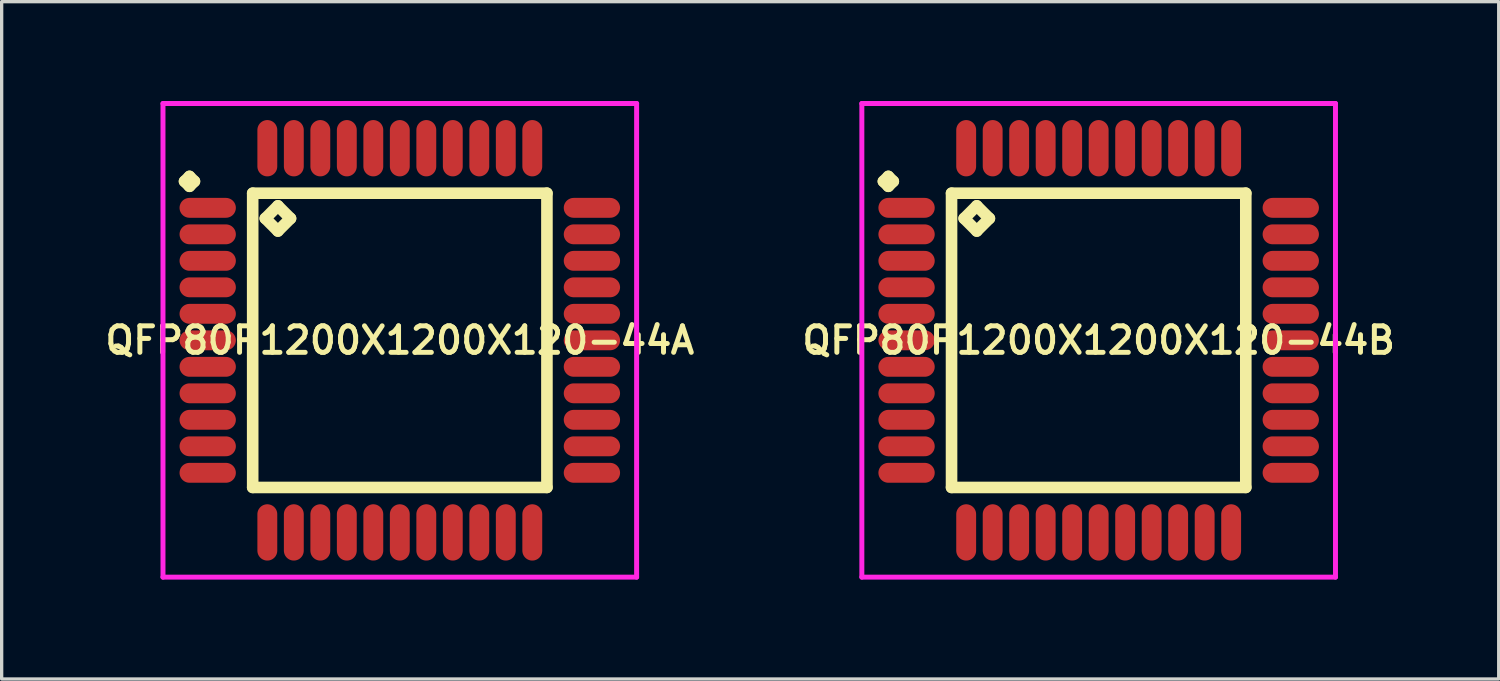
<source format=kicad_pcb>
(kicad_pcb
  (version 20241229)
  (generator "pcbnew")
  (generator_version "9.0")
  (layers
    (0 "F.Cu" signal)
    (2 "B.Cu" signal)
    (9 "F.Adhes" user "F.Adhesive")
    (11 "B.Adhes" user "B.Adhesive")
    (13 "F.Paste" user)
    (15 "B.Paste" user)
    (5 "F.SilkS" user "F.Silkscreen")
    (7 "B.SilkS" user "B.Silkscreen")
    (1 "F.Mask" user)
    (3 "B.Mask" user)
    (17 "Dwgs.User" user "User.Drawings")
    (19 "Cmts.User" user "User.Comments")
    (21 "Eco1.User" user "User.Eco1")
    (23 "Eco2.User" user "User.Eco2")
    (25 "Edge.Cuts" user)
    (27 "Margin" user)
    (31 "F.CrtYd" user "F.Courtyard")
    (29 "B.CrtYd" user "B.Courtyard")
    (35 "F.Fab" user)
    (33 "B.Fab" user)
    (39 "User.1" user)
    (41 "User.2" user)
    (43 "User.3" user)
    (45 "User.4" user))
  (footprint "QFP80P1200X1200X120-44A"
    (layer "F.Cu")
    (at 9.021 7.225)
    (property "Reference" "QFP80P1200X1200X120-44A" (at 0 0 0) (layer "F.SilkS") (effects (font (size 0.8 0.8) (thickness 0.15))))
    (attr smd)
    (fp_line (start -6.5 -4.8) (end -6.35 -4.95) (stroke (width 0.35) (type solid)) (layer "F.SilkS"))
    (fp_line (start -6.35 -4.95) (end -6.2 -4.8) (stroke (width 0.35) (type solid)) (layer "F.SilkS"))
    (fp_line (start -6.35 -4.65) (end -6.5 -4.8) (stroke (width 0.35) (type solid)) (layer "F.SilkS"))
    (fp_line (start -6.2 -4.8) (end -6.35 -4.65) (stroke (width 0.35) (type solid)) (layer "F.SilkS"))
    (fp_line (start -4.442 -4.442) (end -4.442 4.442) (stroke (width 0.35) (type solid)) (layer "F.SilkS"))
    (fp_line (start -4.442 4.442) (end 4.442 4.442) (stroke (width 0.35) (type solid)) (layer "F.SilkS"))
    (fp_line (start -4.061 -3.68) (end -3.68 -4.061) (stroke (width 0.35) (type solid)) (layer "F.SilkS"))
    (fp_line (start -3.68 -4.061) (end -3.299 -3.68) (stroke (width 0.35) (type solid)) (layer "F.SilkS"))
    (fp_line (start -3.68 -3.299) (end -4.061 -3.68) (stroke (width 0.35) (type solid)) (layer "F.SilkS"))
    (fp_line (start -3.299 -3.68) (end -3.68 -3.299) (stroke (width 0.35) (type solid)) (layer "F.SilkS"))
    (fp_line (start 4.442 -4.442) (end -4.442 -4.442) (stroke (width 0.35) (type solid)) (layer "F.SilkS"))
    (fp_line (start 4.442 4.442) (end 4.442 -4.442) (stroke (width 0.35) (type solid)) (layer "F.SilkS"))
    (fp_line (start -7.15 -7.15) (end 7.15 -7.15) (stroke (width 0.15) (type solid)) (layer "F.CrtYd"))
    (fp_line (start -7.15 7.15) (end -7.15 -7.15) (stroke (width 0.15) (type solid)) (layer "F.CrtYd"))
    (fp_line (start 7.15 -7.15) (end 7.15 7.15) (stroke (width 0.15) (type solid)) (layer "F.CrtYd"))
    (fp_line (start 7.15 7.15) (end -7.15 7.15) (stroke (width 0.15) (type solid)) (layer "F.CrtYd"))
    (pad "1" smd oval (at -5.8 -4) (size 1.7 0.6) (layers "F.Cu" "F.Mask" "F.Paste"))
    (pad "2" smd oval (at -5.8 -3.2) (size 1.7 0.6) (layers "F.Cu" "F.Mask" "F.Paste"))
    (pad "3" smd oval (at -5.8 -2.4) (size 1.7 0.6) (layers "F.Cu" "F.Mask" "F.Paste"))
    (pad "4" smd oval (at -5.8 -1.6) (size 1.7 0.6) (layers "F.Cu" "F.Mask" "F.Paste"))
    (pad "5" smd oval (at -5.8 -0.8) (size 1.7 0.6) (layers "F.Cu" "F.Mask" "F.Paste"))
    (pad "6" smd oval (at -5.8 0) (size 1.7 0.6) (layers "F.Cu" "F.Mask" "F.Paste"))
    (pad "7" smd oval (at -5.8 0.8) (size 1.7 0.6) (layers "F.Cu" "F.Mask" "F.Paste"))
    (pad "8" smd oval (at -5.8 1.6) (size 1.7 0.6) (layers "F.Cu" "F.Mask" "F.Paste"))
    (pad "9" smd oval (at -5.8 2.4) (size 1.7 0.6) (layers "F.Cu" "F.Mask" "F.Paste"))
    (pad "10" smd oval (at -5.8 3.2) (size 1.7 0.6) (layers "F.Cu" "F.Mask" "F.Paste"))
    (pad "11" smd oval (at -5.8 4) (size 1.7 0.6) (layers "F.Cu" "F.Mask" "F.Paste"))
    (pad "12" smd oval (at -4 5.8) (size 0.6 1.7) (layers "F.Cu" "F.Mask" "F.Paste"))
    (pad "13" smd oval (at -3.2 5.8) (size 0.6 1.7) (layers "F.Cu" "F.Mask" "F.Paste"))
    (pad "14" smd oval (at -2.4 5.8) (size 0.6 1.7) (layers "F.Cu" "F.Mask" "F.Paste"))
    (pad "15" smd oval (at -1.6 5.8) (size 0.6 1.7) (layers "F.Cu" "F.Mask" "F.Paste"))
    (pad "16" smd oval (at -0.8 5.8) (size 0.6 1.7) (layers "F.Cu" "F.Mask" "F.Paste"))
    (pad "17" smd oval (at 0 5.8) (size 0.6 1.7) (layers "F.Cu" "F.Mask" "F.Paste"))
    (pad "18" smd oval (at 0.8 5.8) (size 0.6 1.7) (layers "F.Cu" "F.Mask" "F.Paste"))
    (pad "19" smd oval (at 1.6 5.8) (size 0.6 1.7) (layers "F.Cu" "F.Mask" "F.Paste"))
    (pad "20" smd oval (at 2.4 5.8) (size 0.6 1.7) (layers "F.Cu" "F.Mask" "F.Paste"))
    (pad "21" smd oval (at 3.2 5.8) (size 0.6 1.7) (layers "F.Cu" "F.Mask" "F.Paste"))
    (pad "22" smd oval (at 4 5.8) (size 0.6 1.7) (layers "F.Cu" "F.Mask" "F.Paste"))
    (pad "23" smd oval (at 5.8 4) (size 1.7 0.6) (layers "F.Cu" "F.Mask" "F.Paste"))
    (pad "24" smd oval (at 5.8 3.2) (size 1.7 0.6) (layers "F.Cu" "F.Mask" "F.Paste"))
    (pad "25" smd oval (at 5.8 2.4) (size 1.7 0.6) (layers "F.Cu" "F.Mask" "F.Paste"))
    (pad "26" smd oval (at 5.8 1.6) (size 1.7 0.6) (layers "F.Cu" "F.Mask" "F.Paste"))
    (pad "27" smd oval (at 5.8 0.8) (size 1.7 0.6) (layers "F.Cu" "F.Mask" "F.Paste"))
    (pad "28" smd oval (at 5.8 0) (size 1.7 0.6) (layers "F.Cu" "F.Mask" "F.Paste"))
    (pad "29" smd oval (at 5.8 -0.8) (size 1.7 0.6) (layers "F.Cu" "F.Mask" "F.Paste"))
    (pad "30" smd oval (at 5.8 -1.6) (size 1.7 0.6) (layers "F.Cu" "F.Mask" "F.Paste"))
    (pad "31" smd oval (at 5.8 -2.4) (size 1.7 0.6) (layers "F.Cu" "F.Mask" "F.Paste"))
    (pad "32" smd oval (at 5.8 -3.2) (size 1.7 0.6) (layers "F.Cu" "F.Mask" "F.Paste"))
    (pad "33" smd oval (at 5.8 -4) (size 1.7 0.6) (layers "F.Cu" "F.Mask" "F.Paste"))
    (pad "34" smd oval (at 4 -5.8) (size 0.6 1.7) (layers "F.Cu" "F.Mask" "F.Paste"))
    (pad "35" smd oval (at 3.2 -5.8) (size 0.6 1.7) (layers "F.Cu" "F.Mask" "F.Paste"))
    (pad "36" smd oval (at 2.4 -5.8) (size 0.6 1.7) (layers "F.Cu" "F.Mask" "F.Paste"))
    (pad "37" smd oval (at 1.6 -5.8) (size 0.6 1.7) (layers "F.Cu" "F.Mask" "F.Paste"))
    (pad "38" smd oval (at 0.8 -5.8) (size 0.6 1.7) (layers "F.Cu" "F.Mask" "F.Paste"))
    (pad "39" smd oval (at 0 -5.8) (size 0.6 1.7) (layers "F.Cu" "F.Mask" "F.Paste"))
    (pad "40" smd oval (at -0.8 -5.8) (size 0.6 1.7) (layers "F.Cu" "F.Mask" "F.Paste"))
    (pad "41" smd oval (at -1.6 -5.8) (size 0.6 1.7) (layers "F.Cu" "F.Mask" "F.Paste"))
    (pad "42" smd oval (at -2.4 -5.8) (size 0.6 1.7) (layers "F.Cu" "F.Mask" "F.Paste"))
    (pad "43" smd oval (at -3.2 -5.8) (size 0.6 1.7) (layers "F.Cu" "F.Mask" "F.Paste"))
    (pad "44" smd oval (at -4 -5.8) (size 0.6 1.7) (layers "F.Cu" "F.Mask" "F.Paste")))
  (footprint "QFP80P1200X1200X120-44B"
    (layer "F.Cu")
    (at 30.121 7.225)
    (property "Reference" "QFP80P1200X1200X120-44B" (at 0 0 0) (layer "F.SilkS") (effects (font (size 0.8 0.8) (thickness 0.15))))
    (attr through_hole)
    (fp_line (start -6.5 -4.8) (end -6.35 -4.95) (stroke (width 0.35) (type solid)) (layer "F.SilkS"))
    (fp_line (start -6.35 -4.95) (end -6.2 -4.8) (stroke (width 0.35) (type solid)) (layer "F.SilkS"))
    (fp_line (start -6.35 -4.65) (end -6.5 -4.8) (stroke (width 0.35) (type solid)) (layer "F.SilkS"))
    (fp_line (start -6.2 -4.8) (end -6.35 -4.65) (stroke (width 0.35) (type solid)) (layer "F.SilkS"))
    (fp_line (start -4.442 -4.442) (end -4.442 4.442) (stroke (width 0.35) (type solid)) (layer "F.SilkS"))
    (fp_line (start -4.442 4.442) (end 4.442 4.442) (stroke (width 0.35) (type solid)) (layer "F.SilkS"))
    (fp_line (start -4.061 -3.68) (end -3.68 -4.061) (stroke (width 0.35) (type solid)) (layer "F.SilkS"))
    (fp_line (start -3.68 -4.061) (end -3.299 -3.68) (stroke (width 0.35) (type solid)) (layer "F.SilkS"))
    (fp_line (start -3.68 -3.299) (end -4.061 -3.68) (stroke (width 0.35) (type solid)) (layer "F.SilkS"))
    (fp_line (start -3.299 -3.68) (end -3.68 -3.299) (stroke (width 0.35) (type solid)) (layer "F.SilkS"))
    (fp_line (start 4.442 -4.442) (end -4.442 -4.442) (stroke (width 0.35) (type solid)) (layer "F.SilkS"))
    (fp_line (start 4.442 4.442) (end 4.442 -4.442) (stroke (width 0.35) (type solid)) (layer "F.SilkS"))
    (fp_line (start -7.15 -7.15) (end 7.15 -7.15) (stroke (width 0.15) (type solid)) (layer "F.CrtYd"))
    (fp_line (start -7.15 7.15) (end -7.15 -7.15) (stroke (width 0.15) (type solid)) (layer "F.CrtYd"))
    (fp_line (start 7.15 -7.15) (end 7.15 7.15) (stroke (width 0.15) (type solid)) (layer "F.CrtYd"))
    (fp_line (start 7.15 7.15) (end -7.15 7.15) (stroke (width 0.15) (type solid)) (layer "F.CrtYd"))
    (pad "1" smd oval (at -5.8 -4) (size 1.7 0.6) (layers "F.Cu" "F.Mask" "F.Paste"))
    (pad "2" smd oval (at -5.8 -3.2) (size 1.7 0.6) (layers "F.Cu" "F.Mask" "F.Paste"))
    (pad "3" smd oval (at -5.8 -2.4) (size 1.7 0.6) (layers "F.Cu" "F.Mask" "F.Paste"))
    (pad "4" smd oval (at -5.8 -1.6) (size 1.7 0.6) (layers "F.Cu" "F.Mask" "F.Paste"))
    (pad "5" smd oval (at -5.8 -0.8) (size 1.7 0.6) (layers "F.Cu" "F.Mask" "F.Paste"))
    (pad "6" smd oval (at -5.8 0) (size 1.7 0.6) (layers "F.Cu" "F.Mask" "F.Paste"))
    (pad "7" smd oval (at -5.8 0.8) (size 1.7 0.6) (layers "F.Cu" "F.Mask" "F.Paste"))
    (pad "8" smd oval (at -5.8 1.6) (size 1.7 0.6) (layers "F.Cu" "F.Mask" "F.Paste"))
    (pad "9" smd oval (at -5.8 2.4) (size 1.7 0.6) (layers "F.Cu" "F.Mask" "F.Paste"))
    (pad "10" smd oval (at -5.8 3.2) (size 1.7 0.6) (layers "F.Cu" "F.Mask" "F.Paste"))
    (pad "11" smd oval (at -5.8 4) (size 1.7 0.6) (layers "F.Cu" "F.Mask" "F.Paste"))
    (pad "12" smd oval (at -4 5.8) (size 0.6 1.7) (layers "F.Cu" "F.Mask" "F.Paste"))
    (pad "13" smd oval (at -3.2 5.8) (size 0.6 1.7) (layers "F.Cu" "F.Mask" "F.Paste"))
    (pad "14" smd oval (at -2.4 5.8) (size 0.6 1.7) (layers "F.Cu" "F.Mask" "F.Paste"))
    (pad "15" smd oval (at -1.6 5.8) (size 0.6 1.7) (layers "F.Cu" "F.Mask" "F.Paste"))
    (pad "16" smd oval (at -0.8 5.8) (size 0.6 1.7) (layers "F.Cu" "F.Mask" "F.Paste"))
    (pad "17" smd oval (at 0 5.8) (size 0.6 1.7) (layers "F.Cu" "F.Mask" "F.Paste"))
    (pad "18" smd oval (at 0.8 5.8) (size 0.6 1.7) (layers "F.Cu" "F.Mask" "F.Paste"))
    (pad "19" smd oval (at 1.6 5.8) (size 0.6 1.7) (layers "F.Cu" "F.Mask" "F.Paste"))
    (pad "20" smd oval (at 2.4 5.8) (size 0.6 1.7) (layers "F.Cu" "F.Mask" "F.Paste"))
    (pad "21" smd oval (at 3.2 5.8) (size 0.6 1.7) (layers "F.Cu" "F.Mask" "F.Paste"))
    (pad "22" smd oval (at 4 5.8) (size 0.6 1.7) (layers "F.Cu" "F.Mask" "F.Paste"))
    (pad "23" smd oval (at 5.8 4) (size 1.7 0.6) (layers "F.Cu" "F.Mask" "F.Paste"))
    (pad "24" smd oval (at 5.8 3.2) (size 1.7 0.6) (layers "F.Cu" "F.Mask" "F.Paste"))
    (pad "25" smd oval (at 5.8 2.4) (size 1.7 0.6) (layers "F.Cu" "F.Mask" "F.Paste"))
    (pad "26" smd oval (at 5.8 1.6) (size 1.7 0.6) (layers "F.Cu" "F.Mask" "F.Paste"))
    (pad "27" smd oval (at 5.8 0.8) (size 1.7 0.6) (layers "F.Cu" "F.Mask" "F.Paste"))
    (pad "28" smd oval (at 5.8 0) (size 1.7 0.6) (layers "F.Cu" "F.Mask" "F.Paste"))
    (pad "29" smd oval (at 5.8 -0.8) (size 1.7 0.6) (layers "F.Cu" "F.Mask" "F.Paste"))
    (pad "30" smd oval (at 5.8 -1.6) (size 1.7 0.6) (layers "F.Cu" "F.Mask" "F.Paste"))
    (pad "31" smd oval (at 5.8 -2.4) (size 1.7 0.6) (layers "F.Cu" "F.Mask" "F.Paste"))
    (pad "32" smd oval (at 5.8 -3.2) (size 1.7 0.6) (layers "F.Cu" "F.Mask" "F.Paste"))
    (pad "33" smd oval (at 5.8 -4) (size 1.7 0.6) (layers "F.Cu" "F.Mask" "F.Paste"))
    (pad "34" smd oval (at 4 -5.8) (size 0.6 1.7) (layers "F.Cu" "F.Mask" "F.Paste"))
    (pad "35" smd oval (at 3.2 -5.8) (size 0.6 1.7) (layers "F.Cu" "F.Mask" "F.Paste"))
    (pad "36" smd oval (at 2.4 -5.8) (size 0.6 1.7) (layers "F.Cu" "F.Mask" "F.Paste"))
    (pad "37" smd oval (at 1.6 -5.8) (size 0.6 1.7) (layers "F.Cu" "F.Mask" "F.Paste"))
    (pad "38" smd oval (at 0.8 -5.8) (size 0.6 1.7) (layers "F.Cu" "F.Mask" "F.Paste"))
    (pad "39" smd oval (at 0 -5.8) (size 0.6 1.7) (layers "F.Cu" "F.Mask" "F.Paste"))
    (pad "40" smd oval (at -0.8 -5.8) (size 0.6 1.7) (layers "F.Cu" "F.Mask" "F.Paste"))
    (pad "41" smd oval (at -1.6 -5.8) (size 0.6 1.7) (layers "F.Cu" "F.Mask" "F.Paste"))
    (pad "42" smd oval (at -2.4 -5.8) (size 0.6 1.7) (layers "F.Cu" "F.Mask" "F.Paste"))
    (pad "43" smd oval (at -3.2 -5.8) (size 0.6 1.7) (layers "F.Cu" "F.Mask" "F.Paste"))
    (pad "44" smd oval (at -4 -5.8) (size 0.6 1.7) (layers "F.Cu" "F.Mask" "F.Paste")))
  (gr_rect
    (start -3 -3)
    (end 42.199 17.45)
    (stroke (width 0.1) (type default))
    (fill no)
    (layer "Edge.Cuts")))
</source>
